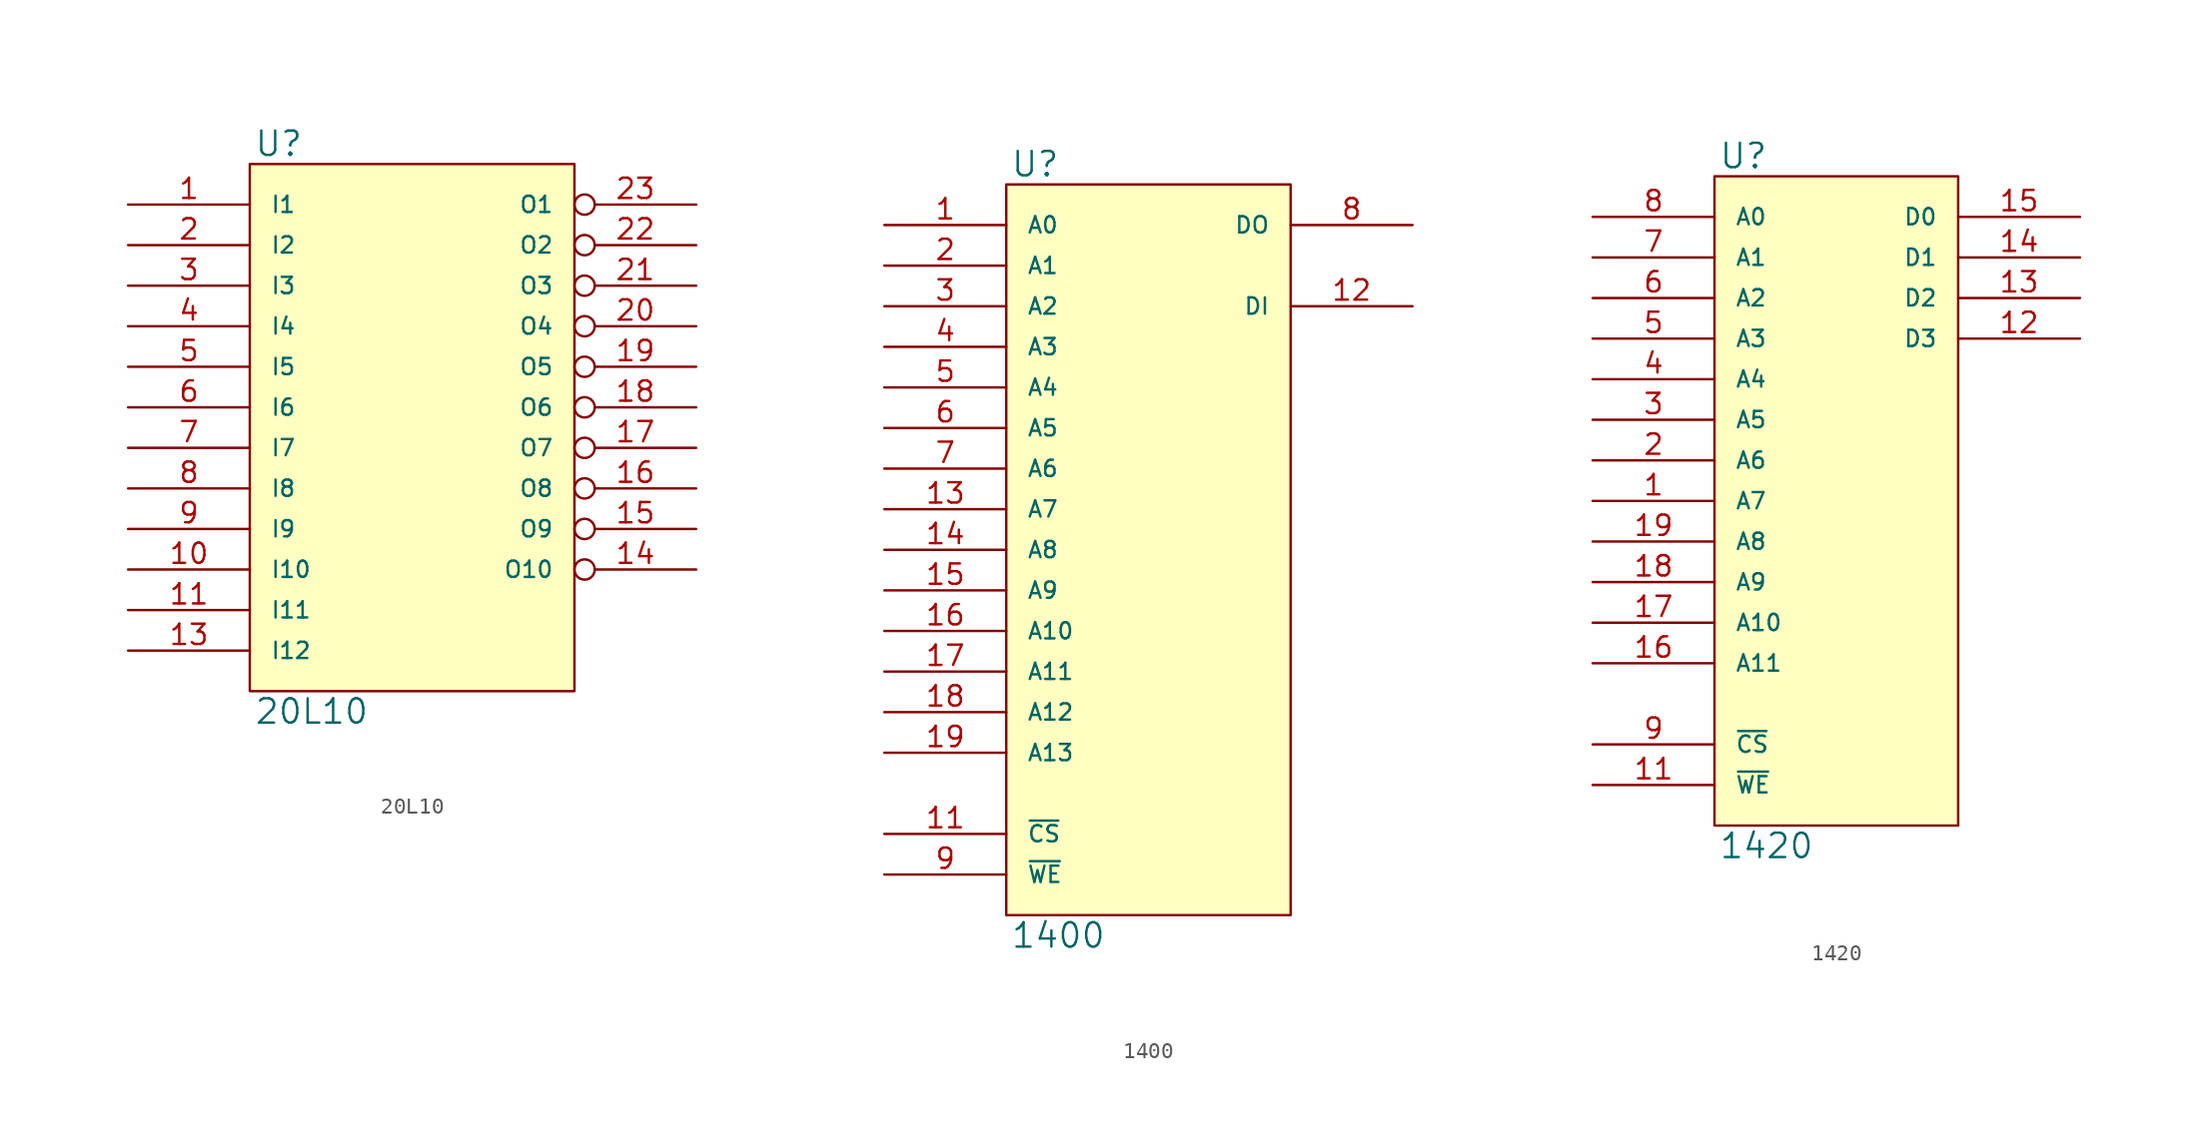
<source format=kicad_sym>
(kicad_symbol_lib
  (version 20231120)
  (generator "kicad_symbol_editor")
  (generator_version "8.0")
  (symbol "20L10"
    (pin_names
      (offset 1.27))
    (property "Reference" "U"
      (at 0.254 0.381 0)
      (effects (font (size 1.524 1.524)) (justify left bottom)))
    (property "Value" "20L10"
      (at 0.254 -33.401 0)
      (effects (font (size 1.524 1.524)) (justify left top)))
    (symbol "20L10_0_1"
      (rectangle (start 0 0) (end 20.32 -33.02) (stroke (width 0) (type solid)) (fill (type background))))
    (symbol "20L10_1_1"
      (pin input line (at -7.62 -2.54 0) (length 7.62) (name "I1" (effects (font (size 1.016 1.016)))) (number "1" (effects (font (size 1.27 1.27)))))
      (pin input line (at -7.62 -25.4 0) (length 7.62) (name "I10" (effects (font (size 1.016 1.016)))) (number "10" (effects (font (size 1.27 1.27)))))
      (pin input line (at -7.62 -27.94 0) (length 7.62) (name "I11" (effects (font (size 1.016 1.016)))) (number "11" (effects (font (size 1.27 1.27)))))
      (pin power_in line (at 0 -33.02 90) (length 0) hide (name "GND" (effects (font (size 1.016 1.016)))) (number "12" (effects (font (size 1.27 1.27)))))
      (pin input line (at -7.62 -30.48 0) (length 7.62) (name "I12" (effects (font (size 1.016 1.016)))) (number "13" (effects (font (size 1.27 1.27)))))
      (pin output inverted (at 27.94 -25.4 180) (length 7.62) (name "O10" (effects (font (size 1.016 1.016)))) (number "14" (effects (font (size 1.27 1.27)))))
      (pin bidirectional inverted (at 27.94 -22.86 180) (length 7.62) (name "O9" (effects (font (size 1.016 1.016)))) (number "15" (effects (font (size 1.27 1.27)))))
      (pin bidirectional inverted (at 27.94 -20.32 180) (length 7.62) (name "O8" (effects (font (size 1.016 1.016)))) (number "16" (effects (font (size 1.27 1.27)))))
      (pin bidirectional inverted (at 27.94 -17.78 180) (length 7.62) (name "O7" (effects (font (size 1.016 1.016)))) (number "17" (effects (font (size 1.27 1.27)))))
      (pin bidirectional inverted (at 27.94 -15.24 180) (length 7.62) (name "O6" (effects (font (size 1.016 1.016)))) (number "18" (effects (font (size 1.27 1.27)))))
      (pin bidirectional inverted (at 27.94 -12.7 180) (length 7.62) (name "O5" (effects (font (size 1.016 1.016)))) (number "19" (effects (font (size 1.27 1.27)))))
      (pin input line (at -7.62 -5.08 0) (length 7.62) (name "I2" (effects (font (size 1.016 1.016)))) (number "2" (effects (font (size 1.27 1.27)))))
      (pin bidirectional inverted (at 27.94 -10.16 180) (length 7.62) (name "O4" (effects (font (size 1.016 1.016)))) (number "20" (effects (font (size 1.27 1.27)))))
      (pin bidirectional inverted (at 27.94 -7.62 180) (length 7.62) (name "O3" (effects (font (size 1.016 1.016)))) (number "21" (effects (font (size 1.27 1.27)))))
      (pin bidirectional inverted (at 27.94 -5.08 180) (length 7.62) (name "O2" (effects (font (size 1.016 1.016)))) (number "22" (effects (font (size 1.27 1.27)))))
      (pin output inverted (at 27.94 -2.54 180) (length 7.62) (name "O1" (effects (font (size 1.016 1.016)))) (number "23" (effects (font (size 1.27 1.27)))))
      (pin power_in line (at 0 0 270) (length 0) hide (name "VCC" (effects (font (size 1.016 1.016)))) (number "24" (effects (font (size 1.27 1.27)))))
      (pin input line (at -7.62 -7.62 0) (length 7.62) (name "I3" (effects (font (size 1.016 1.016)))) (number "3" (effects (font (size 1.27 1.27)))))
      (pin input line (at -7.62 -10.16 0) (length 7.62) (name "I4" (effects (font (size 1.016 1.016)))) (number "4" (effects (font (size 1.27 1.27)))))
      (pin input line (at -7.62 -12.7 0) (length 7.62) (name "I5" (effects (font (size 1.016 1.016)))) (number "5" (effects (font (size 1.27 1.27)))))
      (pin input line (at -7.62 -15.24 0) (length 7.62) (name "I6" (effects (font (size 1.016 1.016)))) (number "6" (effects (font (size 1.27 1.27)))))
      (pin input line (at -7.62 -17.78 0) (length 7.62) (name "I7" (effects (font (size 1.016 1.016)))) (number "7" (effects (font (size 1.27 1.27)))))
      (pin input line (at -7.62 -20.32 0) (length 7.62) (name "I8" (effects (font (size 1.016 1.016)))) (number "8" (effects (font (size 1.27 1.27)))))
      (pin input line (at -7.62 -22.86 0) (length 7.62) (name "I9" (effects (font (size 1.016 1.016)))) (number "9" (effects (font (size 1.27 1.27)))))))
  (symbol "1400"
    (pin_names
      (offset 1.27))
    (property "Reference" "U"
      (at 0.254 0.381 0)
      (effects (font (size 1.524 1.524)) (justify left bottom)))
    (property "Value" "1400"
      (at 0.254 -46.101 0)
      (effects (font (size 1.524 1.524)) (justify left top)))
    (symbol "1400_0_1"
      (rectangle (start 0 0) (end 17.78 -45.72) (stroke (width 0) (type solid)) (fill (type background))))
    (symbol "1400_1_1"
      (pin input line (at -7.62 -2.54 0) (length 7.62) (name "A0" (effects (font (size 1.016 1.016)))) (number "1" (effects (font (size 1.27 1.27)))))
      (pin power_in line (at 0 -45.72 90) (length 0) hide (name "GND" (effects (font (size 1.016 1.016)))) (number "10" (effects (font (size 1.27 1.27)))))
      (pin input line (at -7.62 -40.64 0) (length 7.62) (name "~{CS}" (effects (font (size 1.016 1.016)))) (number "11" (effects (font (size 1.27 1.27)))))
      (pin input line (at 25.4 -7.62 180) (length 7.62) (name "DI" (effects (font (size 1.016 1.016)))) (number "12" (effects (font (size 1.27 1.27)))))
      (pin input line (at -7.62 -20.32 0) (length 7.62) (name "A7" (effects (font (size 1.016 1.016)))) (number "13" (effects (font (size 1.27 1.27)))))
      (pin input line (at -7.62 -22.86 0) (length 7.62) (name "A8" (effects (font (size 1.016 1.016)))) (number "14" (effects (font (size 1.27 1.27)))))
      (pin input line (at -7.62 -25.4 0) (length 7.62) (name "A9" (effects (font (size 1.016 1.016)))) (number "15" (effects (font (size 1.27 1.27)))))
      (pin input line (at -7.62 -27.94 0) (length 7.62) (name "A10" (effects (font (size 1.016 1.016)))) (number "16" (effects (font (size 1.27 1.27)))))
      (pin input line (at -7.62 -30.48 0) (length 7.62) (name "A11" (effects (font (size 1.016 1.016)))) (number "17" (effects (font (size 1.27 1.27)))))
      (pin input line (at -7.62 -33.02 0) (length 7.62) (name "A12" (effects (font (size 1.016 1.016)))) (number "18" (effects (font (size 1.27 1.27)))))
      (pin input line (at -7.62 -35.56 0) (length 7.62) (name "A13" (effects (font (size 1.016 1.016)))) (number "19" (effects (font (size 1.27 1.27)))))
      (pin input line (at -7.62 -5.08 0) (length 7.62) (name "A1" (effects (font (size 1.016 1.016)))) (number "2" (effects (font (size 1.27 1.27)))))
      (pin power_in line (at 0 0 270) (length 0) hide (name "VCC" (effects (font (size 1.016 1.016)))) (number "20" (effects (font (size 1.27 1.27)))))
      (pin input line (at -7.62 -7.62 0) (length 7.62) (name "A2" (effects (font (size 1.016 1.016)))) (number "3" (effects (font (size 1.27 1.27)))))
      (pin input line (at -7.62 -10.16 0) (length 7.62) (name "A3" (effects (font (size 1.016 1.016)))) (number "4" (effects (font (size 1.27 1.27)))))
      (pin input line (at -7.62 -12.7 0) (length 7.62) (name "A4" (effects (font (size 1.016 1.016)))) (number "5" (effects (font (size 1.27 1.27)))))
      (pin input line (at -7.62 -15.24 0) (length 7.62) (name "A5" (effects (font (size 1.016 1.016)))) (number "6" (effects (font (size 1.27 1.27)))))
      (pin input line (at -7.62 -17.78 0) (length 7.62) (name "A6" (effects (font (size 1.016 1.016)))) (number "7" (effects (font (size 1.27 1.27)))))
      (pin tri_state line (at 25.4 -2.54 180) (length 7.62) (name "DO" (effects (font (size 1.016 1.016)))) (number "8" (effects (font (size 1.27 1.27)))))
      (pin input line (at -7.62 -43.18 0) (length 7.62) (name "~{WE}" (effects (font (size 1.016 1.016)))) (number "9" (effects (font (size 1.27 1.27)))))))
  (symbol "1420"
    (pin_names
      (offset 1.27))
    (property "Reference" "U"
      (at 0.254 0.381 0)
      (effects (font (size 1.524 1.524)) (justify left bottom)))
    (property "Value" "1420"
      (at 0.254 -41.021 0)
      (effects (font (size 1.524 1.524)) (justify left top)))
    (symbol "1420_0_1"
      (rectangle (start 0 0) (end 15.24 -40.64) (stroke (width 0) (type solid)) (fill (type background))))
    (symbol "1420_1_1"
      (pin input line (at -7.62 -20.32 0) (length 7.62) (name "A7" (effects (font (size 1.016 1.016)))) (number "1" (effects (font (size 1.27 1.27)))))
      (pin power_in line (at 0 -40.64 90) (length 0) hide (name "GND" (effects (font (size 1.016 1.016)))) (number "10" (effects (font (size 1.27 1.27)))))
      (pin input line (at -7.62 -38.1 0) (length 7.62) (name "~{WE}" (effects (font (size 1.016 1.016)))) (number "11" (effects (font (size 1.27 1.27)))))
      (pin tri_state line (at 22.86 -10.16 180) (length 7.62) (name "D3" (effects (font (size 1.016 1.016)))) (number "12" (effects (font (size 1.27 1.27)))))
      (pin tri_state line (at 22.86 -7.62 180) (length 7.62) (name "D2" (effects (font (size 1.016 1.016)))) (number "13" (effects (font (size 1.27 1.27)))))
      (pin tri_state line (at 22.86 -5.08 180) (length 7.62) (name "D1" (effects (font (size 1.016 1.016)))) (number "14" (effects (font (size 1.27 1.27)))))
      (pin tri_state line (at 22.86 -2.54 180) (length 7.62) (name "D0" (effects (font (size 1.016 1.016)))) (number "15" (effects (font (size 1.27 1.27)))))
      (pin input line (at -7.62 -30.48 0) (length 7.62) (name "A11" (effects (font (size 1.016 1.016)))) (number "16" (effects (font (size 1.27 1.27)))))
      (pin input line (at -7.62 -27.94 0) (length 7.62) (name "A10" (effects (font (size 1.016 1.016)))) (number "17" (effects (font (size 1.27 1.27)))))
      (pin input line (at -7.62 -25.4 0) (length 7.62) (name "A9" (effects (font (size 1.016 1.016)))) (number "18" (effects (font (size 1.27 1.27)))))
      (pin input line (at -7.62 -22.86 0) (length 7.62) (name "A8" (effects (font (size 1.016 1.016)))) (number "19" (effects (font (size 1.27 1.27)))))
      (pin input line (at -7.62 -17.78 0) (length 7.62) (name "A6" (effects (font (size 1.016 1.016)))) (number "2" (effects (font (size 1.27 1.27)))))
      (pin power_in line (at 0 0 270) (length 0) hide (name "VCC" (effects (font (size 1.016 1.016)))) (number "20" (effects (font (size 1.27 1.27)))))
      (pin input line (at -7.62 -15.24 0) (length 7.62) (name "A5" (effects (font (size 1.016 1.016)))) (number "3" (effects (font (size 1.27 1.27)))))
      (pin input line (at -7.62 -12.7 0) (length 7.62) (name "A4" (effects (font (size 1.016 1.016)))) (number "4" (effects (font (size 1.27 1.27)))))
      (pin input line (at -7.62 -10.16 0) (length 7.62) (name "A3" (effects (font (size 1.016 1.016)))) (number "5" (effects (font (size 1.27 1.27)))))
      (pin input line (at -7.62 -7.62 0) (length 7.62) (name "A2" (effects (font (size 1.016 1.016)))) (number "6" (effects (font (size 1.27 1.27)))))
      (pin input line (at -7.62 -5.08 0) (length 7.62) (name "A1" (effects (font (size 1.016 1.016)))) (number "7" (effects (font (size 1.27 1.27)))))
      (pin input line (at -7.62 -2.54 0) (length 7.62) (name "A0" (effects (font (size 1.016 1.016)))) (number "8" (effects (font (size 1.27 1.27)))))
      (pin input line (at -7.62 -35.56 0) (length 7.62) (name "~{CS}" (effects (font (size 1.016 1.016)))) (number "9" (effects (font (size 1.27 1.27))))))))
</source>
